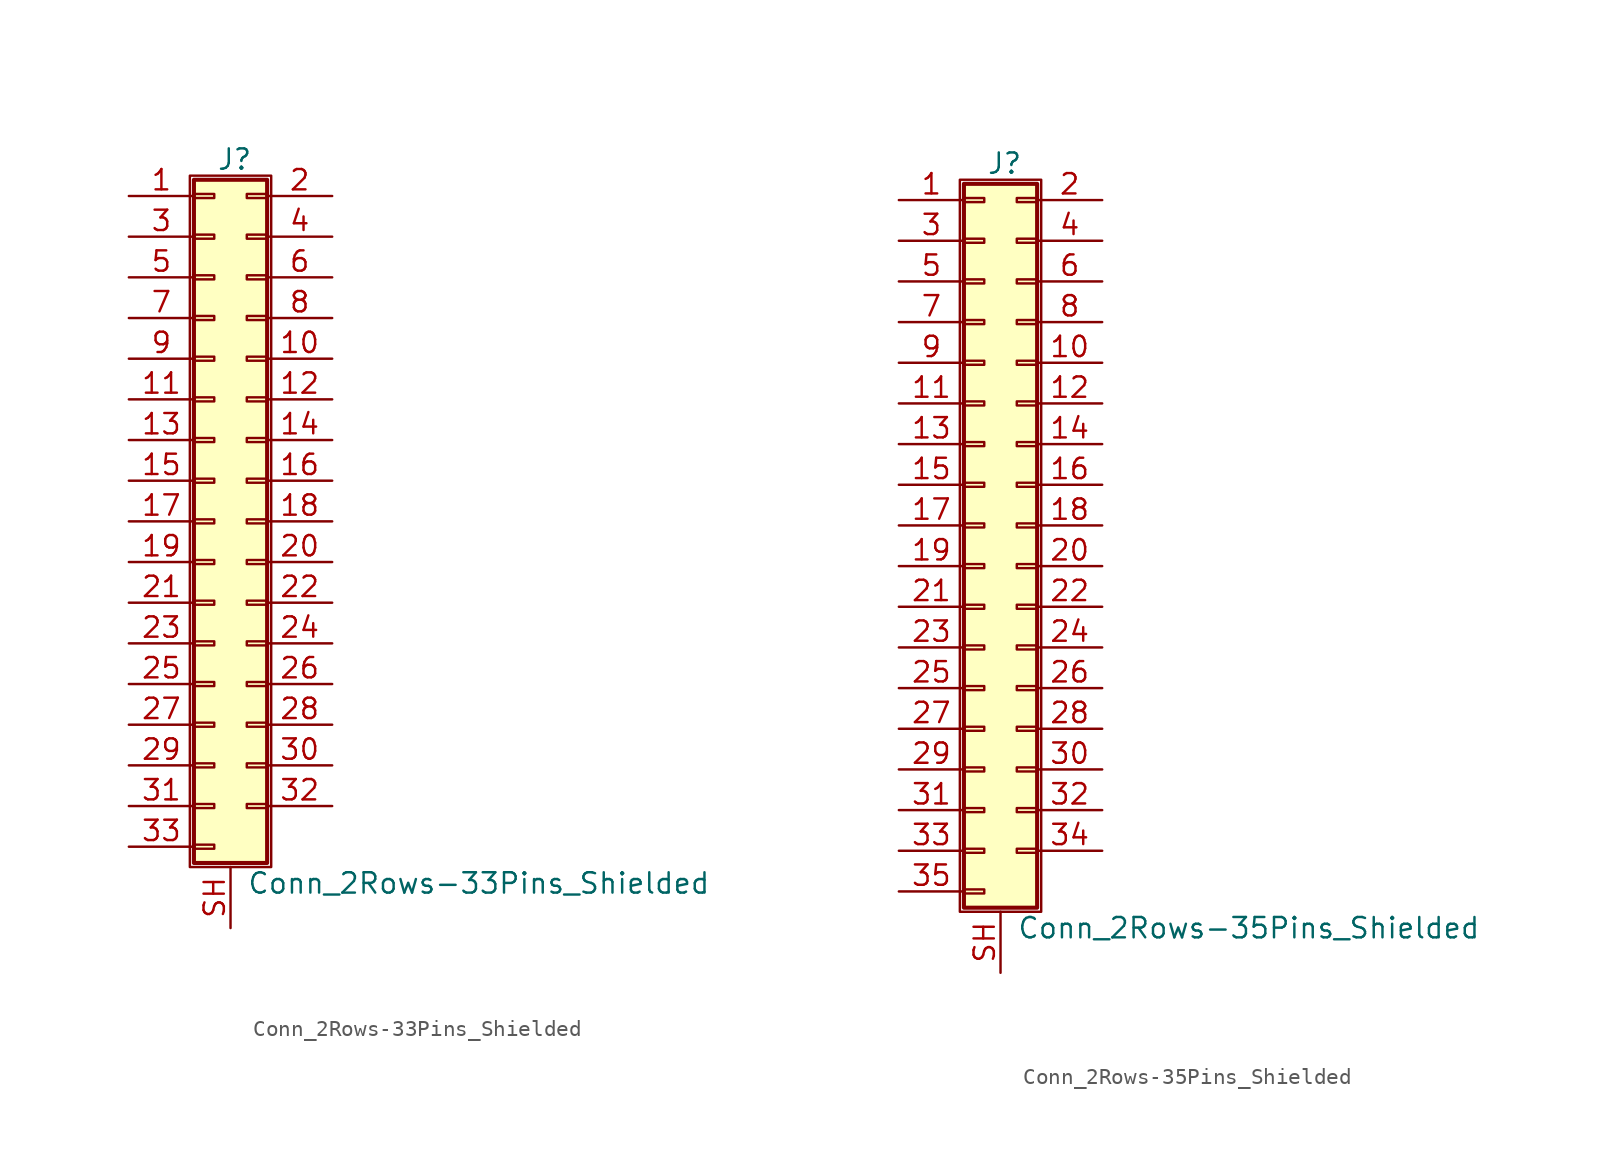
<source format=kicad_sym>
(kicad_symbol_lib
  (version 20201005)
  (generator kicad_symbol_editor)
  (symbol "Conn_2Rows-33Pins_Shielded"
    (pin_names
      (offset 1.016) hide)
    (property "Reference" "J"
      (at 1.524 22.606 0)
      (effects (font (size 1.27 1.27))))
    (property "Value" "Conn_2Rows-33Pins_Shielded"
      (at 2.286 -22.606 0)
      (effects (font (size 1.27 1.27)) (justify left)))
    (symbol "Conn_2Rows-33Pins_Shielded_1_1"
      (rectangle (start -1.27 21.59) (end 3.81 -21.59) (stroke (width 0.152)) (fill (type none)))
      (rectangle (start -1.016 -20.193) (end 0.254 -20.447) (stroke (width 0.152)) (fill (type none)))
      (rectangle (start -1.016 -17.653) (end 0.254 -17.907) (stroke (width 0.152)) (fill (type none)))
      (rectangle (start -1.016 -15.113) (end 0.254 -15.367) (stroke (width 0.152)) (fill (type none)))
      (rectangle (start -1.016 -12.573) (end 0.254 -12.827) (stroke (width 0.152)) (fill (type none)))
      (rectangle (start -1.016 -10.033) (end 0.254 -10.287) (stroke (width 0.152)) (fill (type none)))
      (rectangle (start -1.016 -7.493) (end 0.254 -7.747) (stroke (width 0.152)) (fill (type none)))
      (rectangle (start -1.016 -4.953) (end 0.254 -5.207) (stroke (width 0.152)) (fill (type none)))
      (rectangle (start -1.016 -2.413) (end 0.254 -2.667) (stroke (width 0.152)) (fill (type none)))
      (rectangle (start -1.016 0.127) (end 0.254 -0.127) (stroke (width 0.152)) (fill (type none)))
      (rectangle (start -1.016 2.667) (end 0.254 2.413) (stroke (width 0.152)) (fill (type none)))
      (rectangle (start -1.016 5.207) (end 0.254 4.953) (stroke (width 0.152)) (fill (type none)))
      (rectangle (start -1.016 7.747) (end 0.254 7.493) (stroke (width 0.152)) (fill (type none)))
      (rectangle (start -1.016 10.287) (end 0.254 10.033) (stroke (width 0.152)) (fill (type none)))
      (rectangle (start -1.016 12.827) (end 0.254 12.573) (stroke (width 0.152)) (fill (type none)))
      (rectangle (start -1.016 15.367) (end 0.254 15.113) (stroke (width 0.152)) (fill (type none)))
      (rectangle (start -1.016 17.907) (end 0.254 17.653) (stroke (width 0.152)) (fill (type none)))
      (rectangle (start -1.016 20.447) (end 0.254 20.193) (stroke (width 0.152)) (fill (type none)))
      (rectangle (start -1.016 21.336) (end 3.556 -21.336) (stroke (width 0.254)) (fill (type background)))
      (rectangle (start 3.556 -17.653) (end 2.286 -17.907) (stroke (width 0.152)) (fill (type none)))
      (rectangle (start 3.556 -15.113) (end 2.286 -15.367) (stroke (width 0.152)) (fill (type none)))
      (rectangle (start 3.556 -12.573) (end 2.286 -12.827) (stroke (width 0.152)) (fill (type none)))
      (rectangle (start 3.556 -10.033) (end 2.286 -10.287) (stroke (width 0.152)) (fill (type none)))
      (rectangle (start 3.556 -7.493) (end 2.286 -7.747) (stroke (width 0.152)) (fill (type none)))
      (rectangle (start 3.556 -4.953) (end 2.286 -5.207) (stroke (width 0.152)) (fill (type none)))
      (rectangle (start 3.556 -2.413) (end 2.286 -2.667) (stroke (width 0.152)) (fill (type none)))
      (rectangle (start 3.556 0.127) (end 2.286 -0.127) (stroke (width 0.152)) (fill (type none)))
      (rectangle (start 3.556 2.667) (end 2.286 2.413) (stroke (width 0.152)) (fill (type none)))
      (rectangle (start 3.556 5.207) (end 2.286 4.953) (stroke (width 0.152)) (fill (type none)))
      (rectangle (start 3.556 7.747) (end 2.286 7.493) (stroke (width 0.152)) (fill (type none)))
      (rectangle (start 3.556 10.287) (end 2.286 10.033) (stroke (width 0.152)) (fill (type none)))
      (rectangle (start 3.556 12.827) (end 2.286 12.573) (stroke (width 0.152)) (fill (type none)))
      (rectangle (start 3.556 15.367) (end 2.286 15.113) (stroke (width 0.152)) (fill (type none)))
      (rectangle (start 3.556 17.907) (end 2.286 17.653) (stroke (width 0.152)) (fill (type none)))
      (rectangle (start 3.556 20.447) (end 2.286 20.193) (stroke (width 0.152)) (fill (type none)))
      (pin passive line (at -5.08 20.32 0) (length 4.064) (name "Pin_1" (effects (font (size 1.27 1.27)))) (number "1" (effects (font (size 1.27 1.27)))))
      (pin passive line (at 7.62 10.16 180) (length 4.064) (name "Pin_10" (effects (font (size 1.27 1.27)))) (number "10" (effects (font (size 1.27 1.27)))))
      (pin passive line (at -5.08 7.62 0) (length 4.064) (name "Pin_11" (effects (font (size 1.27 1.27)))) (number "11" (effects (font (size 1.27 1.27)))))
      (pin passive line (at 7.62 7.62 180) (length 4.064) (name "Pin_12" (effects (font (size 1.27 1.27)))) (number "12" (effects (font (size 1.27 1.27)))))
      (pin passive line (at -5.08 5.08 0) (length 4.064) (name "Pin_13" (effects (font (size 1.27 1.27)))) (number "13" (effects (font (size 1.27 1.27)))))
      (pin passive line (at 7.62 5.08 180) (length 4.064) (name "Pin_14" (effects (font (size 1.27 1.27)))) (number "14" (effects (font (size 1.27 1.27)))))
      (pin passive line (at -5.08 2.54 0) (length 4.064) (name "Pin_15" (effects (font (size 1.27 1.27)))) (number "15" (effects (font (size 1.27 1.27)))))
      (pin passive line (at 7.62 2.54 180) (length 4.064) (name "Pin_16" (effects (font (size 1.27 1.27)))) (number "16" (effects (font (size 1.27 1.27)))))
      (pin passive line (at -5.08 0 0) (length 4.064) (name "Pin_17" (effects (font (size 1.27 1.27)))) (number "17" (effects (font (size 1.27 1.27)))))
      (pin passive line (at 7.62 0 180) (length 4.064) (name "Pin_18" (effects (font (size 1.27 1.27)))) (number "18" (effects (font (size 1.27 1.27)))))
      (pin passive line (at -5.08 -2.54 0) (length 4.064) (name "Pin_19" (effects (font (size 1.27 1.27)))) (number "19" (effects (font (size 1.27 1.27)))))
      (pin passive line (at 7.62 20.32 180) (length 4.064) (name "Pin_2" (effects (font (size 1.27 1.27)))) (number "2" (effects (font (size 1.27 1.27)))))
      (pin passive line (at 7.62 -2.54 180) (length 4.064) (name "Pin_20" (effects (font (size 1.27 1.27)))) (number "20" (effects (font (size 1.27 1.27)))))
      (pin passive line (at -5.08 -5.08 0) (length 4.064) (name "Pin_21" (effects (font (size 1.27 1.27)))) (number "21" (effects (font (size 1.27 1.27)))))
      (pin passive line (at 7.62 -5.08 180) (length 4.064) (name "Pin_22" (effects (font (size 1.27 1.27)))) (number "22" (effects (font (size 1.27 1.27)))))
      (pin passive line (at -5.08 -7.62 0) (length 4.064) (name "Pin_23" (effects (font (size 1.27 1.27)))) (number "23" (effects (font (size 1.27 1.27)))))
      (pin passive line (at 7.62 -7.62 180) (length 4.064) (name "Pin_24" (effects (font (size 1.27 1.27)))) (number "24" (effects (font (size 1.27 1.27)))))
      (pin passive line (at -5.08 -10.16 0) (length 4.064) (name "Pin_25" (effects (font (size 1.27 1.27)))) (number "25" (effects (font (size 1.27 1.27)))))
      (pin passive line (at 7.62 -10.16 180) (length 4.064) (name "Pin_26" (effects (font (size 1.27 1.27)))) (number "26" (effects (font (size 1.27 1.27)))))
      (pin passive line (at -5.08 -12.7 0) (length 4.064) (name "Pin_27" (effects (font (size 1.27 1.27)))) (number "27" (effects (font (size 1.27 1.27)))))
      (pin passive line (at 7.62 -12.7 180) (length 4.064) (name "Pin_28" (effects (font (size 1.27 1.27)))) (number "28" (effects (font (size 1.27 1.27)))))
      (pin passive line (at -5.08 -15.24 0) (length 4.064) (name "Pin_29" (effects (font (size 1.27 1.27)))) (number "29" (effects (font (size 1.27 1.27)))))
      (pin passive line (at -5.08 17.78 0) (length 4.064) (name "Pin_3" (effects (font (size 1.27 1.27)))) (number "3" (effects (font (size 1.27 1.27)))))
      (pin passive line (at 7.62 -15.24 180) (length 4.064) (name "Pin_30" (effects (font (size 1.27 1.27)))) (number "30" (effects (font (size 1.27 1.27)))))
      (pin passive line (at -5.08 -17.78 0) (length 4.064) (name "Pin_31" (effects (font (size 1.27 1.27)))) (number "31" (effects (font (size 1.27 1.27)))))
      (pin passive line (at 7.62 -17.78 180) (length 4.064) (name "Pin_32" (effects (font (size 1.27 1.27)))) (number "32" (effects (font (size 1.27 1.27)))))
      (pin passive line (at -5.08 -20.32 0) (length 4.064) (name "Pin_33" (effects (font (size 1.27 1.27)))) (number "33" (effects (font (size 1.27 1.27)))))
      (pin passive line (at 7.62 17.78 180) (length 4.064) (name "Pin_4" (effects (font (size 1.27 1.27)))) (number "4" (effects (font (size 1.27 1.27)))))
      (pin passive line (at -5.08 15.24 0) (length 4.064) (name "Pin_5" (effects (font (size 1.27 1.27)))) (number "5" (effects (font (size 1.27 1.27)))))
      (pin passive line (at 7.62 15.24 180) (length 4.064) (name "Pin_6" (effects (font (size 1.27 1.27)))) (number "6" (effects (font (size 1.27 1.27)))))
      (pin passive line (at -5.08 12.7 0) (length 4.064) (name "Pin_7" (effects (font (size 1.27 1.27)))) (number "7" (effects (font (size 1.27 1.27)))))
      (pin passive line (at 7.62 12.7 180) (length 4.064) (name "Pin_8" (effects (font (size 1.27 1.27)))) (number "8" (effects (font (size 1.27 1.27)))))
      (pin passive line (at -5.08 10.16 0) (length 4.064) (name "Pin_9" (effects (font (size 1.27 1.27)))) (number "9" (effects (font (size 1.27 1.27)))))
      (pin passive line (at 1.27 -25.4 90) (length 3.81) (name "Shield" (effects (font (size 1.27 1.27)))) (number "SH" (effects (font (size 1.27 1.27)))))))
  (symbol "Conn_2Rows-35Pins_Shielded"
    (pin_names
      (offset 1.016) hide)
    (property "Reference" "J"
      (at 1.524 22.606 0)
      (effects (font (size 1.27 1.27))))
    (property "Value" "Conn_2Rows-35Pins_Shielded"
      (at 2.286 -25.146 0)
      (effects (font (size 1.27 1.27)) (justify left)))
    (symbol "Conn_2Rows-35Pins_Shielded_1_1"
      (rectangle (start -1.27 21.59) (end 3.81 -24.13) (stroke (width 0.152)) (fill (type none)))
      (rectangle (start -1.016 -22.733) (end 0.254 -22.987) (stroke (width 0.152)) (fill (type none)))
      (rectangle (start -1.016 -20.193) (end 0.254 -20.447) (stroke (width 0.152)) (fill (type none)))
      (rectangle (start -1.016 -17.653) (end 0.254 -17.907) (stroke (width 0.152)) (fill (type none)))
      (rectangle (start -1.016 -15.113) (end 0.254 -15.367) (stroke (width 0.152)) (fill (type none)))
      (rectangle (start -1.016 -12.573) (end 0.254 -12.827) (stroke (width 0.152)) (fill (type none)))
      (rectangle (start -1.016 -10.033) (end 0.254 -10.287) (stroke (width 0.152)) (fill (type none)))
      (rectangle (start -1.016 -7.493) (end 0.254 -7.747) (stroke (width 0.152)) (fill (type none)))
      (rectangle (start -1.016 -4.953) (end 0.254 -5.207) (stroke (width 0.152)) (fill (type none)))
      (rectangle (start -1.016 -2.413) (end 0.254 -2.667) (stroke (width 0.152)) (fill (type none)))
      (rectangle (start -1.016 0.127) (end 0.254 -0.127) (stroke (width 0.152)) (fill (type none)))
      (rectangle (start -1.016 2.667) (end 0.254 2.413) (stroke (width 0.152)) (fill (type none)))
      (rectangle (start -1.016 5.207) (end 0.254 4.953) (stroke (width 0.152)) (fill (type none)))
      (rectangle (start -1.016 7.747) (end 0.254 7.493) (stroke (width 0.152)) (fill (type none)))
      (rectangle (start -1.016 10.287) (end 0.254 10.033) (stroke (width 0.152)) (fill (type none)))
      (rectangle (start -1.016 12.827) (end 0.254 12.573) (stroke (width 0.152)) (fill (type none)))
      (rectangle (start -1.016 15.367) (end 0.254 15.113) (stroke (width 0.152)) (fill (type none)))
      (rectangle (start -1.016 17.907) (end 0.254 17.653) (stroke (width 0.152)) (fill (type none)))
      (rectangle (start -1.016 20.447) (end 0.254 20.193) (stroke (width 0.152)) (fill (type none)))
      (rectangle (start -1.016 21.336) (end 3.556 -23.876) (stroke (width 0.254)) (fill (type background)))
      (rectangle (start 3.556 -20.193) (end 2.286 -20.447) (stroke (width 0.152)) (fill (type none)))
      (rectangle (start 3.556 -17.653) (end 2.286 -17.907) (stroke (width 0.152)) (fill (type none)))
      (rectangle (start 3.556 -15.113) (end 2.286 -15.367) (stroke (width 0.152)) (fill (type none)))
      (rectangle (start 3.556 -12.573) (end 2.286 -12.827) (stroke (width 0.152)) (fill (type none)))
      (rectangle (start 3.556 -10.033) (end 2.286 -10.287) (stroke (width 0.152)) (fill (type none)))
      (rectangle (start 3.556 -7.493) (end 2.286 -7.747) (stroke (width 0.152)) (fill (type none)))
      (rectangle (start 3.556 -4.953) (end 2.286 -5.207) (stroke (width 0.152)) (fill (type none)))
      (rectangle (start 3.556 -2.413) (end 2.286 -2.667) (stroke (width 0.152)) (fill (type none)))
      (rectangle (start 3.556 0.127) (end 2.286 -0.127) (stroke (width 0.152)) (fill (type none)))
      (rectangle (start 3.556 2.667) (end 2.286 2.413) (stroke (width 0.152)) (fill (type none)))
      (rectangle (start 3.556 5.207) (end 2.286 4.953) (stroke (width 0.152)) (fill (type none)))
      (rectangle (start 3.556 7.747) (end 2.286 7.493) (stroke (width 0.152)) (fill (type none)))
      (rectangle (start 3.556 10.287) (end 2.286 10.033) (stroke (width 0.152)) (fill (type none)))
      (rectangle (start 3.556 12.827) (end 2.286 12.573) (stroke (width 0.152)) (fill (type none)))
      (rectangle (start 3.556 15.367) (end 2.286 15.113) (stroke (width 0.152)) (fill (type none)))
      (rectangle (start 3.556 17.907) (end 2.286 17.653) (stroke (width 0.152)) (fill (type none)))
      (rectangle (start 3.556 20.447) (end 2.286 20.193) (stroke (width 0.152)) (fill (type none)))
      (pin passive line (at -5.08 20.32 0) (length 4.064) (name "Pin_1" (effects (font (size 1.27 1.27)))) (number "1" (effects (font (size 1.27 1.27)))))
      (pin passive line (at 7.62 10.16 180) (length 4.064) (name "Pin_10" (effects (font (size 1.27 1.27)))) (number "10" (effects (font (size 1.27 1.27)))))
      (pin passive line (at -5.08 7.62 0) (length 4.064) (name "Pin_11" (effects (font (size 1.27 1.27)))) (number "11" (effects (font (size 1.27 1.27)))))
      (pin passive line (at 7.62 7.62 180) (length 4.064) (name "Pin_12" (effects (font (size 1.27 1.27)))) (number "12" (effects (font (size 1.27 1.27)))))
      (pin passive line (at -5.08 5.08 0) (length 4.064) (name "Pin_13" (effects (font (size 1.27 1.27)))) (number "13" (effects (font (size 1.27 1.27)))))
      (pin passive line (at 7.62 5.08 180) (length 4.064) (name "Pin_14" (effects (font (size 1.27 1.27)))) (number "14" (effects (font (size 1.27 1.27)))))
      (pin passive line (at -5.08 2.54 0) (length 4.064) (name "Pin_15" (effects (font (size 1.27 1.27)))) (number "15" (effects (font (size 1.27 1.27)))))
      (pin passive line (at 7.62 2.54 180) (length 4.064) (name "Pin_16" (effects (font (size 1.27 1.27)))) (number "16" (effects (font (size 1.27 1.27)))))
      (pin passive line (at -5.08 0 0) (length 4.064) (name "Pin_17" (effects (font (size 1.27 1.27)))) (number "17" (effects (font (size 1.27 1.27)))))
      (pin passive line (at 7.62 0 180) (length 4.064) (name "Pin_18" (effects (font (size 1.27 1.27)))) (number "18" (effects (font (size 1.27 1.27)))))
      (pin passive line (at -5.08 -2.54 0) (length 4.064) (name "Pin_19" (effects (font (size 1.27 1.27)))) (number "19" (effects (font (size 1.27 1.27)))))
      (pin passive line (at 7.62 20.32 180) (length 4.064) (name "Pin_2" (effects (font (size 1.27 1.27)))) (number "2" (effects (font (size 1.27 1.27)))))
      (pin passive line (at 7.62 -2.54 180) (length 4.064) (name "Pin_20" (effects (font (size 1.27 1.27)))) (number "20" (effects (font (size 1.27 1.27)))))
      (pin passive line (at -5.08 -5.08 0) (length 4.064) (name "Pin_21" (effects (font (size 1.27 1.27)))) (number "21" (effects (font (size 1.27 1.27)))))
      (pin passive line (at 7.62 -5.08 180) (length 4.064) (name "Pin_22" (effects (font (size 1.27 1.27)))) (number "22" (effects (font (size 1.27 1.27)))))
      (pin passive line (at -5.08 -7.62 0) (length 4.064) (name "Pin_23" (effects (font (size 1.27 1.27)))) (number "23" (effects (font (size 1.27 1.27)))))
      (pin passive line (at 7.62 -7.62 180) (length 4.064) (name "Pin_24" (effects (font (size 1.27 1.27)))) (number "24" (effects (font (size 1.27 1.27)))))
      (pin passive line (at -5.08 -10.16 0) (length 4.064) (name "Pin_25" (effects (font (size 1.27 1.27)))) (number "25" (effects (font (size 1.27 1.27)))))
      (pin passive line (at 7.62 -10.16 180) (length 4.064) (name "Pin_26" (effects (font (size 1.27 1.27)))) (number "26" (effects (font (size 1.27 1.27)))))
      (pin passive line (at -5.08 -12.7 0) (length 4.064) (name "Pin_27" (effects (font (size 1.27 1.27)))) (number "27" (effects (font (size 1.27 1.27)))))
      (pin passive line (at 7.62 -12.7 180) (length 4.064) (name "Pin_28" (effects (font (size 1.27 1.27)))) (number "28" (effects (font (size 1.27 1.27)))))
      (pin passive line (at -5.08 -15.24 0) (length 4.064) (name "Pin_29" (effects (font (size 1.27 1.27)))) (number "29" (effects (font (size 1.27 1.27)))))
      (pin passive line (at -5.08 17.78 0) (length 4.064) (name "Pin_3" (effects (font (size 1.27 1.27)))) (number "3" (effects (font (size 1.27 1.27)))))
      (pin passive line (at 7.62 -15.24 180) (length 4.064) (name "Pin_30" (effects (font (size 1.27 1.27)))) (number "30" (effects (font (size 1.27 1.27)))))
      (pin passive line (at -5.08 -17.78 0) (length 4.064) (name "Pin_31" (effects (font (size 1.27 1.27)))) (number "31" (effects (font (size 1.27 1.27)))))
      (pin passive line (at 7.62 -17.78 180) (length 4.064) (name "Pin_32" (effects (font (size 1.27 1.27)))) (number "32" (effects (font (size 1.27 1.27)))))
      (pin passive line (at -5.08 -20.32 0) (length 4.064) (name "Pin_33" (effects (font (size 1.27 1.27)))) (number "33" (effects (font (size 1.27 1.27)))))
      (pin passive line (at 7.62 -20.32 180) (length 4.064) (name "Pin_34" (effects (font (size 1.27 1.27)))) (number "34" (effects (font (size 1.27 1.27)))))
      (pin passive line (at -5.08 -22.86 0) (length 4.064) (name "Pin_35" (effects (font (size 1.27 1.27)))) (number "35" (effects (font (size 1.27 1.27)))))
      (pin passive line (at 7.62 17.78 180) (length 4.064) (name "Pin_4" (effects (font (size 1.27 1.27)))) (number "4" (effects (font (size 1.27 1.27)))))
      (pin passive line (at -5.08 15.24 0) (length 4.064) (name "Pin_5" (effects (font (size 1.27 1.27)))) (number "5" (effects (font (size 1.27 1.27)))))
      (pin passive line (at 7.62 15.24 180) (length 4.064) (name "Pin_6" (effects (font (size 1.27 1.27)))) (number "6" (effects (font (size 1.27 1.27)))))
      (pin passive line (at -5.08 12.7 0) (length 4.064) (name "Pin_7" (effects (font (size 1.27 1.27)))) (number "7" (effects (font (size 1.27 1.27)))))
      (pin passive line (at 7.62 12.7 180) (length 4.064) (name "Pin_8" (effects (font (size 1.27 1.27)))) (number "8" (effects (font (size 1.27 1.27)))))
      (pin passive line (at -5.08 10.16 0) (length 4.064) (name "Pin_9" (effects (font (size 1.27 1.27)))) (number "9" (effects (font (size 1.27 1.27)))))
      (pin passive line (at 1.27 -27.94 90) (length 3.81) (name "Shield" (effects (font (size 1.27 1.27)))) (number "SH" (effects (font (size 1.27 1.27))))))))
</source>
